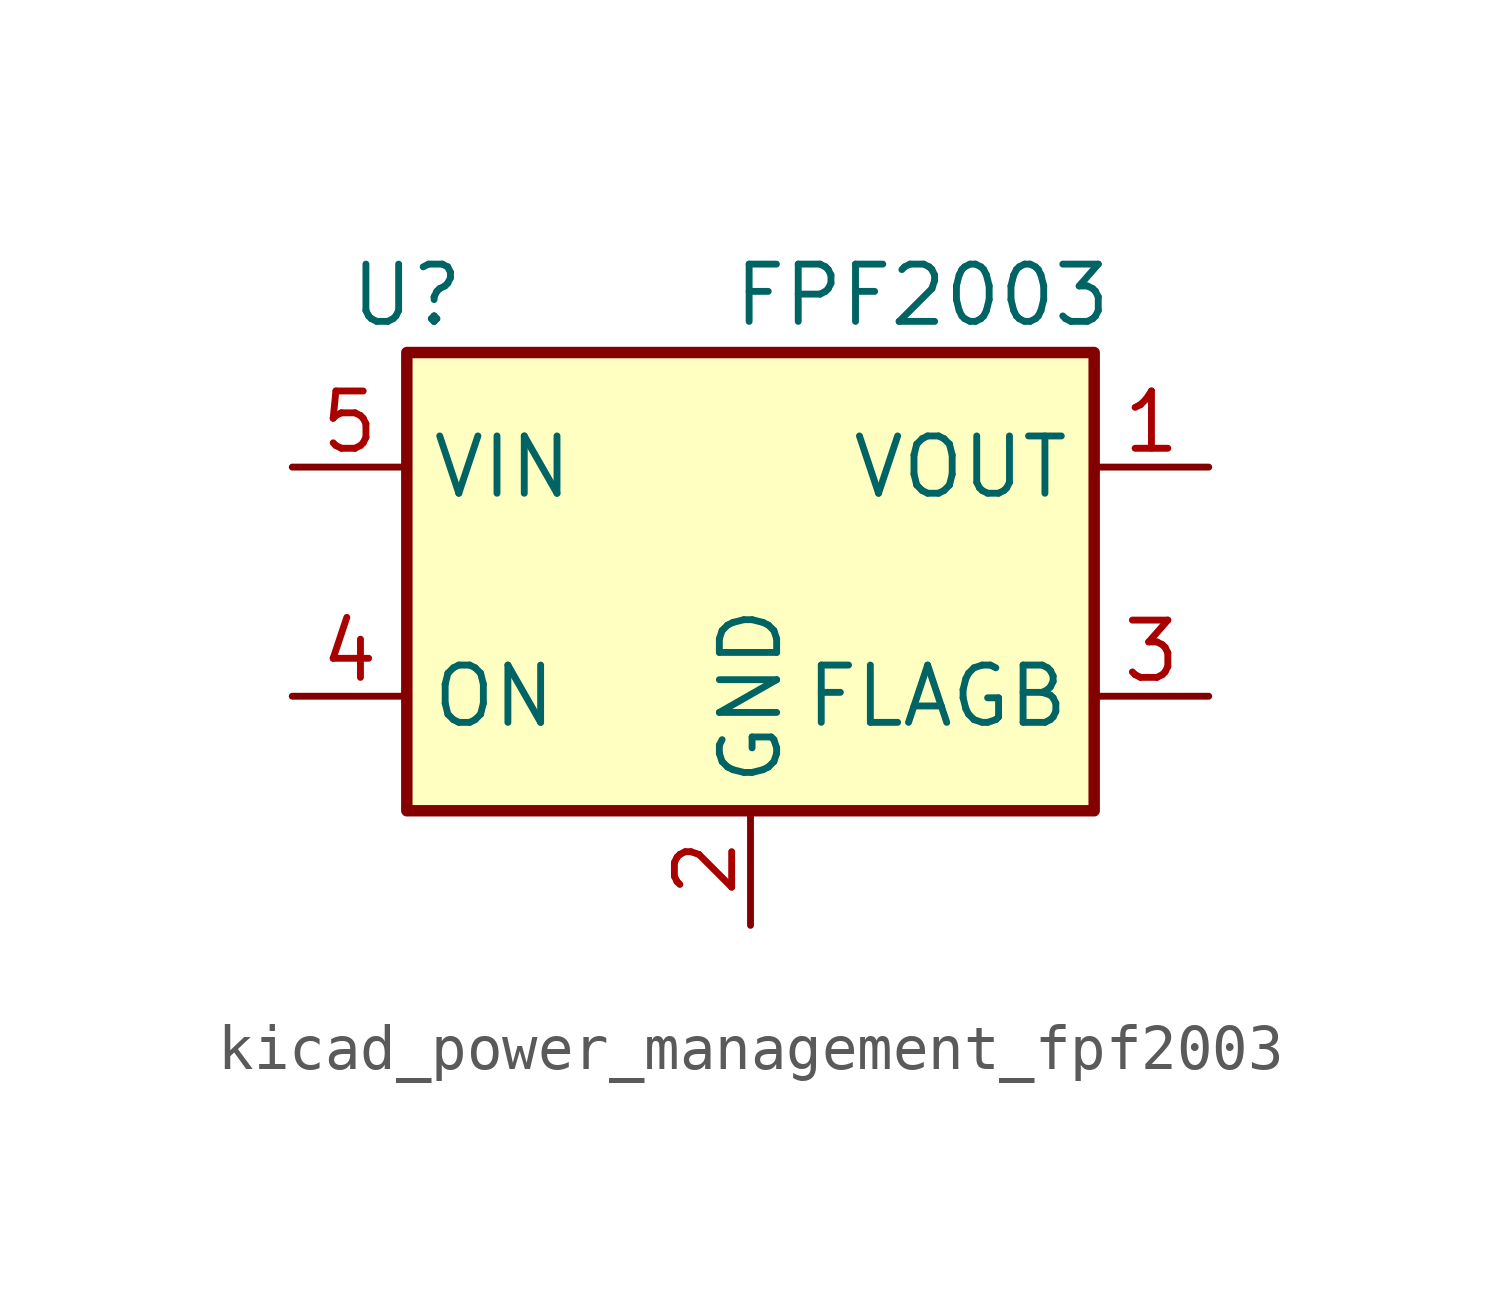
<source format=kicad_sym>
(kicad_symbol_lib
  (version 20220914)
  (generator kicad_symbol_editor)
  (symbol "kicad_power_management_fpf2003"
    (property "Reference" "U"
      (at -7.62 6.35 0)
      (effects (font (size 1.27 1.27))))
    (property "Value" "FPF2003"
      (at 3.81 6.35 0)
      (effects (font (size 1.27 1.27))))
    (symbol "kicad_power_management_fpf2003_0_1"
      (rectangle (start -7.62 5.08) (end 7.62 -5.08) (stroke (width 0.254) (type default)) (fill (type background))))
    (symbol "kicad_power_management_fpf2003_1_1"
      (pin power_out line (at 10.16 2.54 180) (length 2.54) (name "VOUT" (effects (font (size 1.27 1.27)))) (number "1" (effects (font (size 1.27 1.27)))))
      (pin power_in line (at 0 -7.62 90) (length 2.54) (name "GND" (effects (font (size 1.27 1.27)))) (number "2" (effects (font (size 1.27 1.27)))))
      (pin open_collector line (at 10.16 -2.54 180) (length 2.54) (name "FLAGB" (effects (font (size 1.27 1.27)))) (number "3" (effects (font (size 1.27 1.27)))))
      (pin input line (at -10.16 -2.54 0) (length 2.54) (name "ON" (effects (font (size 1.27 1.27)))) (number "4" (effects (font (size 1.27 1.27)))))
      (pin power_in line (at -10.16 2.54 0) (length 2.54) (name "VIN" (effects (font (size 1.27 1.27)))) (number "5" (effects (font (size 1.27 1.27))))))))
</source>
